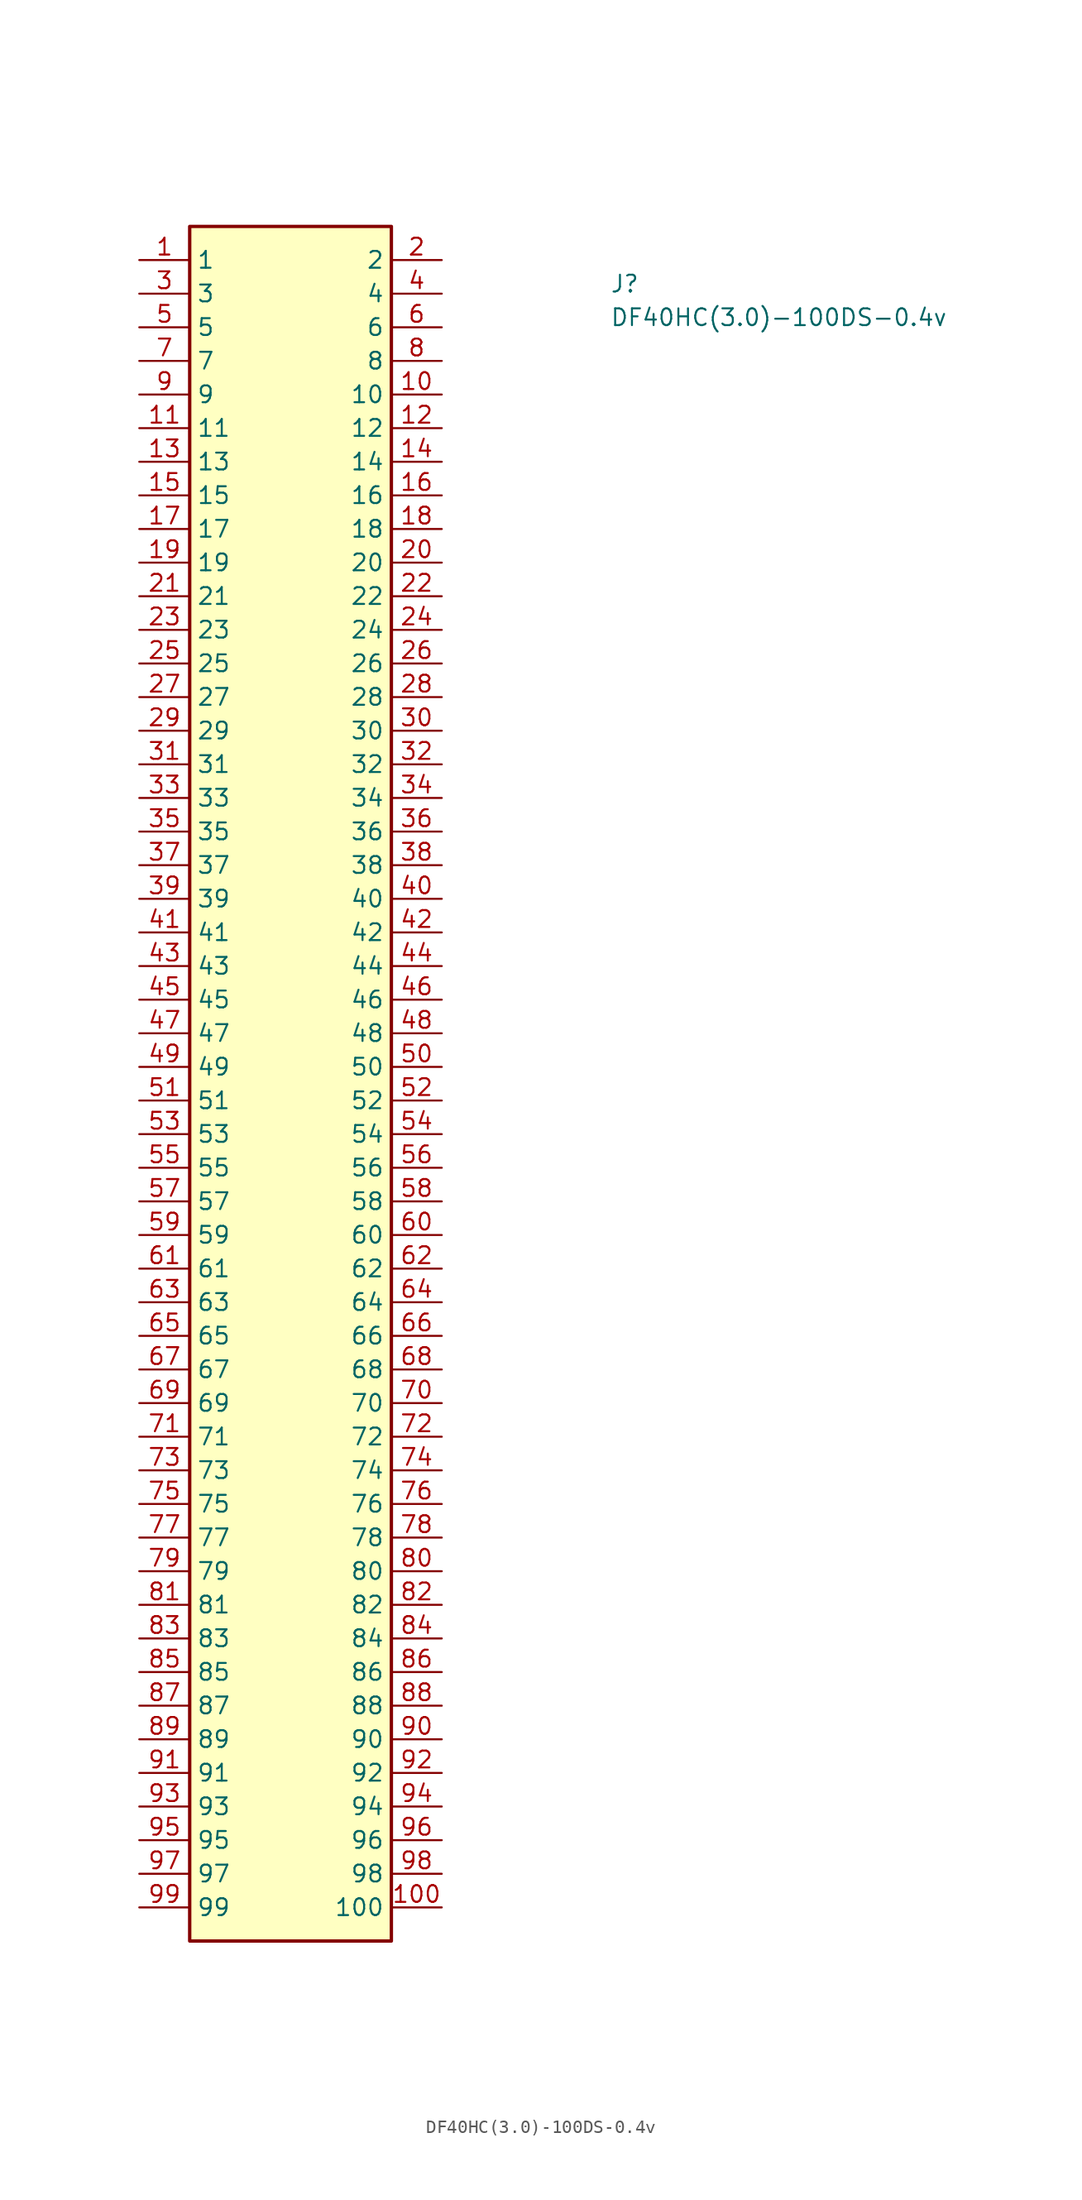
<source format=kicad_sym>
(kicad_symbol_lib
  (version 20211014)
  (generator kicad_symbol_editor)
  (symbol "DF40HC(3.0)-100DS-0.4v"
    (property "Reference" "J"
      (at 35.56 -2.54 0)
      (effects (font (size 1.27 1.27) (thickness 0.15)) (justify left bottom)))
    (property "Value" "DF40HC(3.0)-100DS-0.4v"
      (at 35.56 -5.08 0)
      (effects (font (size 1.27 1.27) (thickness 0.15)) (justify left bottom)))
    (symbol "DF40HC(3.0)-100DS-0.4v_1_1"
      (rectangle (start 3.81 -127) (end 19.05 2.54) (stroke (width 0.254) (type default) (color 0 0 0 0)) (fill (type background)))
      (pin passive line (at 0 0 0) (length 3.81) (name "1" (effects (font (size 1.27 1.27)))) (number "1" (effects (font (size 1.27 1.27)))))
      (pin passive line (at 22.86 -10.16 180) (length 3.81) (name "10" (effects (font (size 1.27 1.27)))) (number "10" (effects (font (size 1.27 1.27)))))
      (pin passive line (at 22.86 -124.46 180) (length 3.81) (name "100" (effects (font (size 1.27 1.27)))) (number "100" (effects (font (size 1.27 1.27)))))
      (pin passive line (at 0 -12.7 0) (length 3.81) (name "11" (effects (font (size 1.27 1.27)))) (number "11" (effects (font (size 1.27 1.27)))))
      (pin passive line (at 22.86 -12.7 180) (length 3.81) (name "12" (effects (font (size 1.27 1.27)))) (number "12" (effects (font (size 1.27 1.27)))))
      (pin passive line (at 0 -15.24 0) (length 3.81) (name "13" (effects (font (size 1.27 1.27)))) (number "13" (effects (font (size 1.27 1.27)))))
      (pin passive line (at 22.86 -15.24 180) (length 3.81) (name "14" (effects (font (size 1.27 1.27)))) (number "14" (effects (font (size 1.27 1.27)))))
      (pin passive line (at 0 -17.78 0) (length 3.81) (name "15" (effects (font (size 1.27 1.27)))) (number "15" (effects (font (size 1.27 1.27)))))
      (pin passive line (at 22.86 -17.78 180) (length 3.81) (name "16" (effects (font (size 1.27 1.27)))) (number "16" (effects (font (size 1.27 1.27)))))
      (pin passive line (at 0 -20.32 0) (length 3.81) (name "17" (effects (font (size 1.27 1.27)))) (number "17" (effects (font (size 1.27 1.27)))))
      (pin passive line (at 22.86 -20.32 180) (length 3.81) (name "18" (effects (font (size 1.27 1.27)))) (number "18" (effects (font (size 1.27 1.27)))))
      (pin passive line (at 0 -22.86 0) (length 3.81) (name "19" (effects (font (size 1.27 1.27)))) (number "19" (effects (font (size 1.27 1.27)))))
      (pin passive line (at 22.86 0 180) (length 3.81) (name "2" (effects (font (size 1.27 1.27)))) (number "2" (effects (font (size 1.27 1.27)))))
      (pin passive line (at 22.86 -22.86 180) (length 3.81) (name "20" (effects (font (size 1.27 1.27)))) (number "20" (effects (font (size 1.27 1.27)))))
      (pin passive line (at 0 -25.4 0) (length 3.81) (name "21" (effects (font (size 1.27 1.27)))) (number "21" (effects (font (size 1.27 1.27)))))
      (pin passive line (at 22.86 -25.4 180) (length 3.81) (name "22" (effects (font (size 1.27 1.27)))) (number "22" (effects (font (size 1.27 1.27)))))
      (pin passive line (at 0 -27.94 0) (length 3.81) (name "23" (effects (font (size 1.27 1.27)))) (number "23" (effects (font (size 1.27 1.27)))))
      (pin passive line (at 22.86 -27.94 180) (length 3.81) (name "24" (effects (font (size 1.27 1.27)))) (number "24" (effects (font (size 1.27 1.27)))))
      (pin passive line (at 0 -30.48 0) (length 3.81) (name "25" (effects (font (size 1.27 1.27)))) (number "25" (effects (font (size 1.27 1.27)))))
      (pin passive line (at 22.86 -30.48 180) (length 3.81) (name "26" (effects (font (size 1.27 1.27)))) (number "26" (effects (font (size 1.27 1.27)))))
      (pin passive line (at 0 -33.02 0) (length 3.81) (name "27" (effects (font (size 1.27 1.27)))) (number "27" (effects (font (size 1.27 1.27)))))
      (pin passive line (at 22.86 -33.02 180) (length 3.81) (name "28" (effects (font (size 1.27 1.27)))) (number "28" (effects (font (size 1.27 1.27)))))
      (pin passive line (at 0 -35.56 0) (length 3.81) (name "29" (effects (font (size 1.27 1.27)))) (number "29" (effects (font (size 1.27 1.27)))))
      (pin passive line (at 0 -2.54 0) (length 3.81) (name "3" (effects (font (size 1.27 1.27)))) (number "3" (effects (font (size 1.27 1.27)))))
      (pin passive line (at 22.86 -35.56 180) (length 3.81) (name "30" (effects (font (size 1.27 1.27)))) (number "30" (effects (font (size 1.27 1.27)))))
      (pin passive line (at 0 -38.1 0) (length 3.81) (name "31" (effects (font (size 1.27 1.27)))) (number "31" (effects (font (size 1.27 1.27)))))
      (pin passive line (at 22.86 -38.1 180) (length 3.81) (name "32" (effects (font (size 1.27 1.27)))) (number "32" (effects (font (size 1.27 1.27)))))
      (pin passive line (at 0 -40.64 0) (length 3.81) (name "33" (effects (font (size 1.27 1.27)))) (number "33" (effects (font (size 1.27 1.27)))))
      (pin passive line (at 22.86 -40.64 180) (length 3.81) (name "34" (effects (font (size 1.27 1.27)))) (number "34" (effects (font (size 1.27 1.27)))))
      (pin passive line (at 0 -43.18 0) (length 3.81) (name "35" (effects (font (size 1.27 1.27)))) (number "35" (effects (font (size 1.27 1.27)))))
      (pin passive line (at 22.86 -43.18 180) (length 3.81) (name "36" (effects (font (size 1.27 1.27)))) (number "36" (effects (font (size 1.27 1.27)))))
      (pin passive line (at 0 -45.72 0) (length 3.81) (name "37" (effects (font (size 1.27 1.27)))) (number "37" (effects (font (size 1.27 1.27)))))
      (pin passive line (at 22.86 -45.72 180) (length 3.81) (name "38" (effects (font (size 1.27 1.27)))) (number "38" (effects (font (size 1.27 1.27)))))
      (pin passive line (at 0 -48.26 0) (length 3.81) (name "39" (effects (font (size 1.27 1.27)))) (number "39" (effects (font (size 1.27 1.27)))))
      (pin passive line (at 22.86 -2.54 180) (length 3.81) (name "4" (effects (font (size 1.27 1.27)))) (number "4" (effects (font (size 1.27 1.27)))))
      (pin passive line (at 22.86 -48.26 180) (length 3.81) (name "40" (effects (font (size 1.27 1.27)))) (number "40" (effects (font (size 1.27 1.27)))))
      (pin passive line (at 0 -50.8 0) (length 3.81) (name "41" (effects (font (size 1.27 1.27)))) (number "41" (effects (font (size 1.27 1.27)))))
      (pin passive line (at 22.86 -50.8 180) (length 3.81) (name "42" (effects (font (size 1.27 1.27)))) (number "42" (effects (font (size 1.27 1.27)))))
      (pin passive line (at 0 -53.34 0) (length 3.81) (name "43" (effects (font (size 1.27 1.27)))) (number "43" (effects (font (size 1.27 1.27)))))
      (pin passive line (at 22.86 -53.34 180) (length 3.81) (name "44" (effects (font (size 1.27 1.27)))) (number "44" (effects (font (size 1.27 1.27)))))
      (pin passive line (at 0 -55.88 0) (length 3.81) (name "45" (effects (font (size 1.27 1.27)))) (number "45" (effects (font (size 1.27 1.27)))))
      (pin passive line (at 22.86 -55.88 180) (length 3.81) (name "46" (effects (font (size 1.27 1.27)))) (number "46" (effects (font (size 1.27 1.27)))))
      (pin passive line (at 0 -58.42 0) (length 3.81) (name "47" (effects (font (size 1.27 1.27)))) (number "47" (effects (font (size 1.27 1.27)))))
      (pin passive line (at 22.86 -58.42 180) (length 3.81) (name "48" (effects (font (size 1.27 1.27)))) (number "48" (effects (font (size 1.27 1.27)))))
      (pin passive line (at 0 -60.96 0) (length 3.81) (name "49" (effects (font (size 1.27 1.27)))) (number "49" (effects (font (size 1.27 1.27)))))
      (pin passive line (at 0 -5.08 0) (length 3.81) (name "5" (effects (font (size 1.27 1.27)))) (number "5" (effects (font (size 1.27 1.27)))))
      (pin passive line (at 22.86 -60.96 180) (length 3.81) (name "50" (effects (font (size 1.27 1.27)))) (number "50" (effects (font (size 1.27 1.27)))))
      (pin passive line (at 0 -63.5 0) (length 3.81) (name "51" (effects (font (size 1.27 1.27)))) (number "51" (effects (font (size 1.27 1.27)))))
      (pin passive line (at 22.86 -63.5 180) (length 3.81) (name "52" (effects (font (size 1.27 1.27)))) (number "52" (effects (font (size 1.27 1.27)))))
      (pin passive line (at 0 -66.04 0) (length 3.81) (name "53" (effects (font (size 1.27 1.27)))) (number "53" (effects (font (size 1.27 1.27)))))
      (pin passive line (at 22.86 -66.04 180) (length 3.81) (name "54" (effects (font (size 1.27 1.27)))) (number "54" (effects (font (size 1.27 1.27)))))
      (pin passive line (at 0 -68.58 0) (length 3.81) (name "55" (effects (font (size 1.27 1.27)))) (number "55" (effects (font (size 1.27 1.27)))))
      (pin passive line (at 22.86 -68.58 180) (length 3.81) (name "56" (effects (font (size 1.27 1.27)))) (number "56" (effects (font (size 1.27 1.27)))))
      (pin passive line (at 0 -71.12 0) (length 3.81) (name "57" (effects (font (size 1.27 1.27)))) (number "57" (effects (font (size 1.27 1.27)))))
      (pin passive line (at 22.86 -71.12 180) (length 3.81) (name "58" (effects (font (size 1.27 1.27)))) (number "58" (effects (font (size 1.27 1.27)))))
      (pin passive line (at 0 -73.66 0) (length 3.81) (name "59" (effects (font (size 1.27 1.27)))) (number "59" (effects (font (size 1.27 1.27)))))
      (pin passive line (at 22.86 -5.08 180) (length 3.81) (name "6" (effects (font (size 1.27 1.27)))) (number "6" (effects (font (size 1.27 1.27)))))
      (pin passive line (at 22.86 -73.66 180) (length 3.81) (name "60" (effects (font (size 1.27 1.27)))) (number "60" (effects (font (size 1.27 1.27)))))
      (pin passive line (at 0 -76.2 0) (length 3.81) (name "61" (effects (font (size 1.27 1.27)))) (number "61" (effects (font (size 1.27 1.27)))))
      (pin passive line (at 22.86 -76.2 180) (length 3.81) (name "62" (effects (font (size 1.27 1.27)))) (number "62" (effects (font (size 1.27 1.27)))))
      (pin passive line (at 0 -78.74 0) (length 3.81) (name "63" (effects (font (size 1.27 1.27)))) (number "63" (effects (font (size 1.27 1.27)))))
      (pin passive line (at 22.86 -78.74 180) (length 3.81) (name "64" (effects (font (size 1.27 1.27)))) (number "64" (effects (font (size 1.27 1.27)))))
      (pin passive line (at 0 -81.28 0) (length 3.81) (name "65" (effects (font (size 1.27 1.27)))) (number "65" (effects (font (size 1.27 1.27)))))
      (pin passive line (at 22.86 -81.28 180) (length 3.81) (name "66" (effects (font (size 1.27 1.27)))) (number "66" (effects (font (size 1.27 1.27)))))
      (pin passive line (at 0 -83.82 0) (length 3.81) (name "67" (effects (font (size 1.27 1.27)))) (number "67" (effects (font (size 1.27 1.27)))))
      (pin passive line (at 22.86 -83.82 180) (length 3.81) (name "68" (effects (font (size 1.27 1.27)))) (number "68" (effects (font (size 1.27 1.27)))))
      (pin passive line (at 0 -86.36 0) (length 3.81) (name "69" (effects (font (size 1.27 1.27)))) (number "69" (effects (font (size 1.27 1.27)))))
      (pin passive line (at 0 -7.62 0) (length 3.81) (name "7" (effects (font (size 1.27 1.27)))) (number "7" (effects (font (size 1.27 1.27)))))
      (pin passive line (at 22.86 -86.36 180) (length 3.81) (name "70" (effects (font (size 1.27 1.27)))) (number "70" (effects (font (size 1.27 1.27)))))
      (pin passive line (at 0 -88.9 0) (length 3.81) (name "71" (effects (font (size 1.27 1.27)))) (number "71" (effects (font (size 1.27 1.27)))))
      (pin passive line (at 22.86 -88.9 180) (length 3.81) (name "72" (effects (font (size 1.27 1.27)))) (number "72" (effects (font (size 1.27 1.27)))))
      (pin passive line (at 0 -91.44 0) (length 3.81) (name "73" (effects (font (size 1.27 1.27)))) (number "73" (effects (font (size 1.27 1.27)))))
      (pin passive line (at 22.86 -91.44 180) (length 3.81) (name "74" (effects (font (size 1.27 1.27)))) (number "74" (effects (font (size 1.27 1.27)))))
      (pin passive line (at 0 -93.98 0) (length 3.81) (name "75" (effects (font (size 1.27 1.27)))) (number "75" (effects (font (size 1.27 1.27)))))
      (pin passive line (at 22.86 -93.98 180) (length 3.81) (name "76" (effects (font (size 1.27 1.27)))) (number "76" (effects (font (size 1.27 1.27)))))
      (pin passive line (at 0 -96.52 0) (length 3.81) (name "77" (effects (font (size 1.27 1.27)))) (number "77" (effects (font (size 1.27 1.27)))))
      (pin passive line (at 22.86 -96.52 180) (length 3.81) (name "78" (effects (font (size 1.27 1.27)))) (number "78" (effects (font (size 1.27 1.27)))))
      (pin passive line (at 0 -99.06 0) (length 3.81) (name "79" (effects (font (size 1.27 1.27)))) (number "79" (effects (font (size 1.27 1.27)))))
      (pin passive line (at 22.86 -7.62 180) (length 3.81) (name "8" (effects (font (size 1.27 1.27)))) (number "8" (effects (font (size 1.27 1.27)))))
      (pin passive line (at 22.86 -99.06 180) (length 3.81) (name "80" (effects (font (size 1.27 1.27)))) (number "80" (effects (font (size 1.27 1.27)))))
      (pin passive line (at 0 -101.6 0) (length 3.81) (name "81" (effects (font (size 1.27 1.27)))) (number "81" (effects (font (size 1.27 1.27)))))
      (pin passive line (at 22.86 -101.6 180) (length 3.81) (name "82" (effects (font (size 1.27 1.27)))) (number "82" (effects (font (size 1.27 1.27)))))
      (pin passive line (at 0 -104.14 0) (length 3.81) (name "83" (effects (font (size 1.27 1.27)))) (number "83" (effects (font (size 1.27 1.27)))))
      (pin passive line (at 22.86 -104.14 180) (length 3.81) (name "84" (effects (font (size 1.27 1.27)))) (number "84" (effects (font (size 1.27 1.27)))))
      (pin passive line (at 0 -106.68 0) (length 3.81) (name "85" (effects (font (size 1.27 1.27)))) (number "85" (effects (font (size 1.27 1.27)))))
      (pin passive line (at 22.86 -106.68 180) (length 3.81) (name "86" (effects (font (size 1.27 1.27)))) (number "86" (effects (font (size 1.27 1.27)))))
      (pin passive line (at 0 -109.22 0) (length 3.81) (name "87" (effects (font (size 1.27 1.27)))) (number "87" (effects (font (size 1.27 1.27)))))
      (pin passive line (at 22.86 -109.22 180) (length 3.81) (name "88" (effects (font (size 1.27 1.27)))) (number "88" (effects (font (size 1.27 1.27)))))
      (pin passive line (at 0 -111.76 0) (length 3.81) (name "89" (effects (font (size 1.27 1.27)))) (number "89" (effects (font (size 1.27 1.27)))))
      (pin passive line (at 0 -10.16 0) (length 3.81) (name "9" (effects (font (size 1.27 1.27)))) (number "9" (effects (font (size 1.27 1.27)))))
      (pin passive line (at 22.86 -111.76 180) (length 3.81) (name "90" (effects (font (size 1.27 1.27)))) (number "90" (effects (font (size 1.27 1.27)))))
      (pin passive line (at 0 -114.3 0) (length 3.81) (name "91" (effects (font (size 1.27 1.27)))) (number "91" (effects (font (size 1.27 1.27)))))
      (pin passive line (at 22.86 -114.3 180) (length 3.81) (name "92" (effects (font (size 1.27 1.27)))) (number "92" (effects (font (size 1.27 1.27)))))
      (pin passive line (at 0 -116.84 0) (length 3.81) (name "93" (effects (font (size 1.27 1.27)))) (number "93" (effects (font (size 1.27 1.27)))))
      (pin passive line (at 22.86 -116.84 180) (length 3.81) (name "94" (effects (font (size 1.27 1.27)))) (number "94" (effects (font (size 1.27 1.27)))))
      (pin passive line (at 0 -119.38 0) (length 3.81) (name "95" (effects (font (size 1.27 1.27)))) (number "95" (effects (font (size 1.27 1.27)))))
      (pin passive line (at 22.86 -119.38 180) (length 3.81) (name "96" (effects (font (size 1.27 1.27)))) (number "96" (effects (font (size 1.27 1.27)))))
      (pin passive line (at 0 -121.92 0) (length 3.81) (name "97" (effects (font (size 1.27 1.27)))) (number "97" (effects (font (size 1.27 1.27)))))
      (pin passive line (at 22.86 -121.92 180) (length 3.81) (name "98" (effects (font (size 1.27 1.27)))) (number "98" (effects (font (size 1.27 1.27)))))
      (pin passive line (at 0 -124.46 0) (length 3.81) (name "99" (effects (font (size 1.27 1.27)))) (number "99" (effects (font (size 1.27 1.27))))))))
</source>
